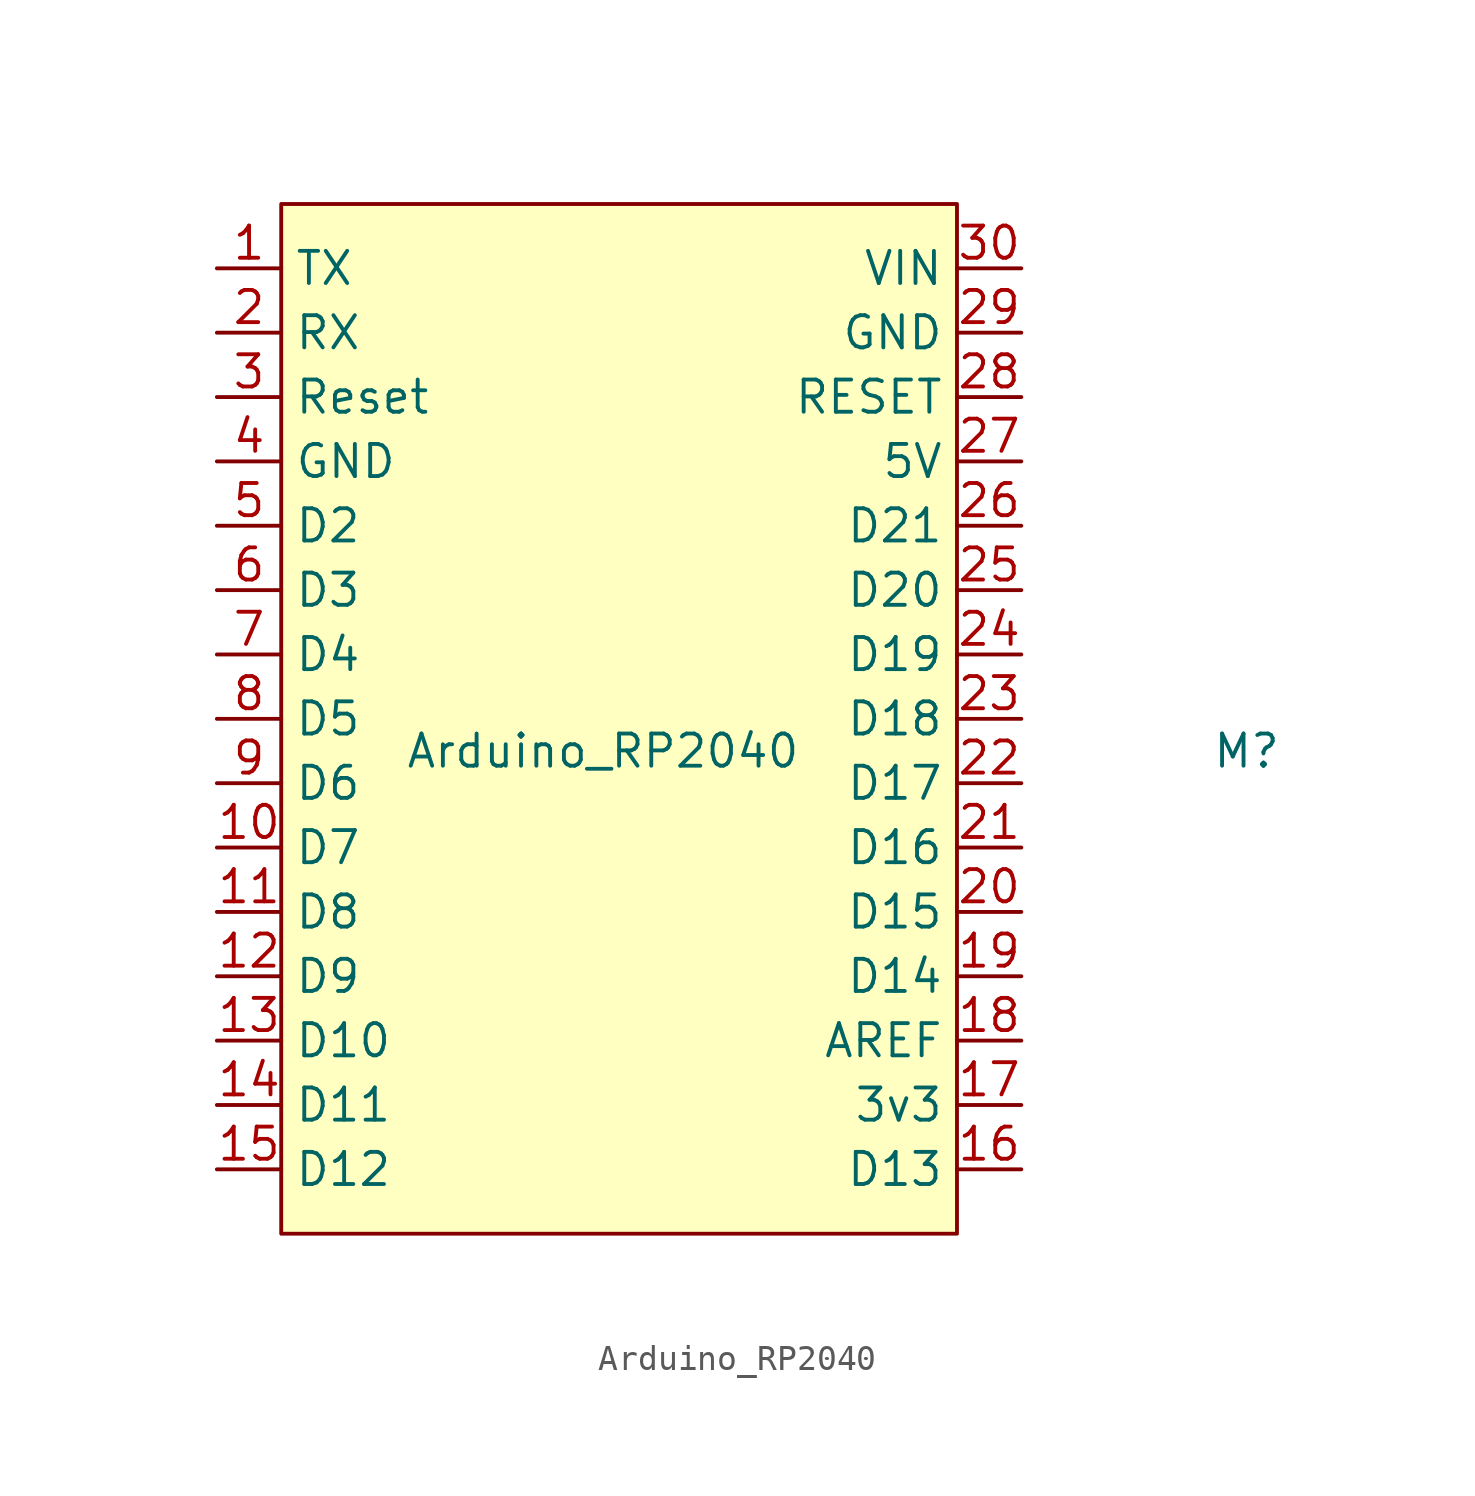
<source format=kicad_sym>
(kicad_symbol_lib
  (version 20211014)
  (generator kicad_symbol_editor)
  (symbol "Arduino_RP2040"
    (property "Reference" "M"
      (at 25.4 0 0)
      (effects (font (size 1.27 1.27))))
    (property "Value" "Arduino_RP2040"
      (at 0 0 0)
      (effects (font (size 1.27 1.27))))
    (symbol "Arduino_RP2040_0_1"
      (rectangle (start -12.7 21.59) (end 13.97 -19.05) (stroke (width 0) (type default) (color 0 0 0 0)) (fill (type background))))
    (symbol "Arduino_RP2040_1_1"
      (pin bidirectional line (at -15.24 19.05 0) (length 2.54) (name "TX" (effects (font (size 1.27 1.27)))) (number "1" (effects (font (size 1.27 1.27)))))
      (pin bidirectional line (at -15.24 -3.81 0) (length 2.54) (name "D7" (effects (font (size 1.27 1.27)))) (number "10" (effects (font (size 1.27 1.27)))))
      (pin bidirectional line (at -15.24 -6.35 0) (length 2.54) (name "D8" (effects (font (size 1.27 1.27)))) (number "11" (effects (font (size 1.27 1.27)))))
      (pin bidirectional line (at -15.24 -8.89 0) (length 2.54) (name "D9" (effects (font (size 1.27 1.27)))) (number "12" (effects (font (size 1.27 1.27)))))
      (pin bidirectional line (at -15.24 -11.43 0) (length 2.54) (name "D10" (effects (font (size 1.27 1.27)))) (number "13" (effects (font (size 1.27 1.27)))))
      (pin bidirectional line (at -15.24 -13.97 0) (length 2.54) (name "D11" (effects (font (size 1.27 1.27)))) (number "14" (effects (font (size 1.27 1.27)))))
      (pin bidirectional line (at -15.24 -16.51 0) (length 2.54) (name "D12" (effects (font (size 1.27 1.27)))) (number "15" (effects (font (size 1.27 1.27)))))
      (pin bidirectional line (at 16.51 -16.51 180) (length 2.54) (name "D13" (effects (font (size 1.27 1.27)))) (number "16" (effects (font (size 1.27 1.27)))))
      (pin power_out line (at 16.51 -13.97 180) (length 2.54) (name "3v3" (effects (font (size 1.27 1.27)))) (number "17" (effects (font (size 1.27 1.27)))))
      (pin input line (at 16.51 -11.43 180) (length 2.54) (name "AREF" (effects (font (size 1.27 1.27)))) (number "18" (effects (font (size 1.27 1.27)))))
      (pin bidirectional line (at 16.51 -8.89 180) (length 2.54) (name "D14" (effects (font (size 1.27 1.27)))) (number "19" (effects (font (size 1.27 1.27)))))
      (pin bidirectional line (at -15.24 16.51 0) (length 2.54) (name "RX" (effects (font (size 1.27 1.27)))) (number "2" (effects (font (size 1.27 1.27)))))
      (pin bidirectional line (at 16.51 -6.35 180) (length 2.54) (name "D15" (effects (font (size 1.27 1.27)))) (number "20" (effects (font (size 1.27 1.27)))))
      (pin bidirectional line (at 16.51 -3.81 180) (length 2.54) (name "D16" (effects (font (size 1.27 1.27)))) (number "21" (effects (font (size 1.27 1.27)))))
      (pin bidirectional line (at 16.51 -1.27 180) (length 2.54) (name "D17" (effects (font (size 1.27 1.27)))) (number "22" (effects (font (size 1.27 1.27)))))
      (pin bidirectional line (at 16.51 1.27 180) (length 2.54) (name "D18" (effects (font (size 1.27 1.27)))) (number "23" (effects (font (size 1.27 1.27)))))
      (pin bidirectional line (at 16.51 3.81 180) (length 2.54) (name "D19" (effects (font (size 1.27 1.27)))) (number "24" (effects (font (size 1.27 1.27)))))
      (pin bidirectional line (at 16.51 6.35 180) (length 2.54) (name "D20" (effects (font (size 1.27 1.27)))) (number "25" (effects (font (size 1.27 1.27)))))
      (pin bidirectional line (at 16.51 8.89 180) (length 2.54) (name "D21" (effects (font (size 1.27 1.27)))) (number "26" (effects (font (size 1.27 1.27)))))
      (pin power_out line (at 16.51 11.43 180) (length 2.54) (name "5V" (effects (font (size 1.27 1.27)))) (number "27" (effects (font (size 1.27 1.27)))))
      (pin input line (at 16.51 13.97 180) (length 2.54) (name "RESET" (effects (font (size 1.27 1.27)))) (number "28" (effects (font (size 1.27 1.27)))))
      (pin power_in line (at 16.51 16.51 180) (length 2.54) (name "GND" (effects (font (size 1.27 1.27)))) (number "29" (effects (font (size 1.27 1.27)))))
      (pin input line (at -15.24 13.97 0) (length 2.54) (name "Reset" (effects (font (size 1.27 1.27)))) (number "3" (effects (font (size 1.27 1.27)))))
      (pin power_in line (at 16.51 19.05 180) (length 2.54) (name "VIN" (effects (font (size 1.27 1.27)))) (number "30" (effects (font (size 1.27 1.27)))))
      (pin power_in line (at -15.24 11.43 0) (length 2.54) (name "GND" (effects (font (size 1.27 1.27)))) (number "4" (effects (font (size 1.27 1.27)))))
      (pin bidirectional line (at -15.24 8.89 0) (length 2.54) (name "D2" (effects (font (size 1.27 1.27)))) (number "5" (effects (font (size 1.27 1.27)))))
      (pin bidirectional line (at -15.24 6.35 0) (length 2.54) (name "D3" (effects (font (size 1.27 1.27)))) (number "6" (effects (font (size 1.27 1.27)))))
      (pin bidirectional line (at -15.24 3.81 0) (length 2.54) (name "D4" (effects (font (size 1.27 1.27)))) (number "7" (effects (font (size 1.27 1.27)))))
      (pin bidirectional line (at -15.24 1.27 0) (length 2.54) (name "D5" (effects (font (size 1.27 1.27)))) (number "8" (effects (font (size 1.27 1.27)))))
      (pin bidirectional line (at -15.24 -1.27 0) (length 2.54) (name "D6" (effects (font (size 1.27 1.27)))) (number "9" (effects (font (size 1.27 1.27))))))))
</source>
